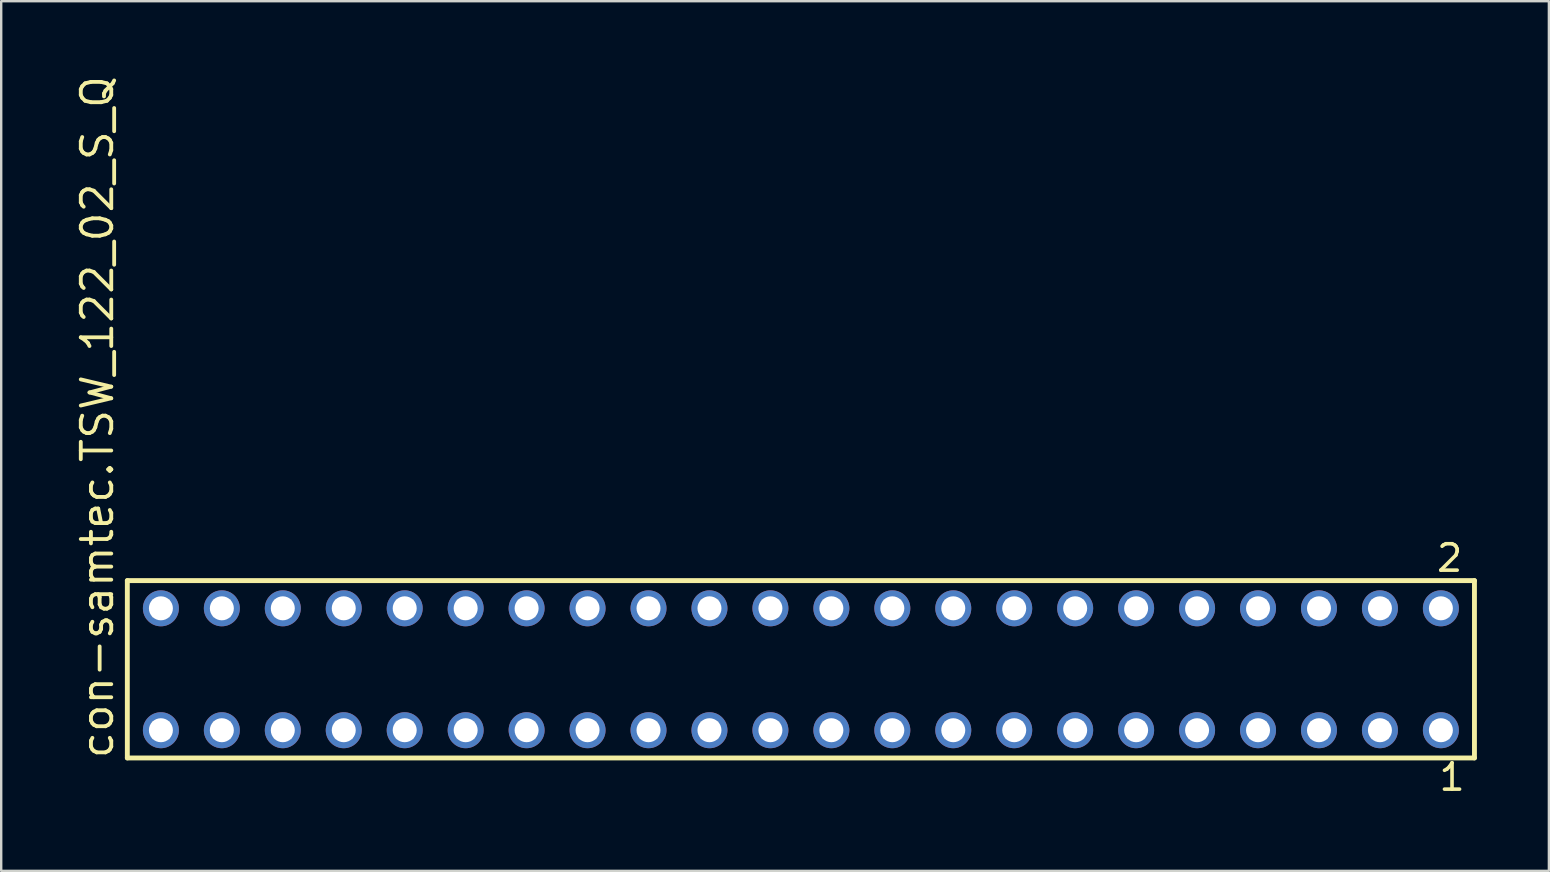
<source format=kicad_pcb>
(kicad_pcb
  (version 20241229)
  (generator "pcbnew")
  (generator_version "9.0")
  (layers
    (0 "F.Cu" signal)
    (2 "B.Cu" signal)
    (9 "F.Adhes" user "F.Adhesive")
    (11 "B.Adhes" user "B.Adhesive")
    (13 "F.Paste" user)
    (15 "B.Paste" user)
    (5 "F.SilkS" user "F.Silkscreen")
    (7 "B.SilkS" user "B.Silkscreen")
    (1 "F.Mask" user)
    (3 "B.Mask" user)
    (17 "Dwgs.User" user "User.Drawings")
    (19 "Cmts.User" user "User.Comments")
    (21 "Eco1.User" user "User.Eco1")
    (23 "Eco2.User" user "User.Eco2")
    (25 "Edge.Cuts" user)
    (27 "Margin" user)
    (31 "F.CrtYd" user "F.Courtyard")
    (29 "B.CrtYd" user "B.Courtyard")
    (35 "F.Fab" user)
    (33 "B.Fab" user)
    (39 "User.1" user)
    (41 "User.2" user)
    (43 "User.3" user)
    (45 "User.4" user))
  (footprint "con-samtec.TSW_122_02_S_Q"
    (layer "F.Cu")
    (at 30.325 24.84)
    (property "Reference" "con-samtec.TSW_122_02_S_Q" (at -28.575 3.81 90) (layer "F.SilkS") (effects (font (size 1.27 1.27) (thickness 0.16)) (justify left bottom)))
    (attr through_hole)
    (fp_line (start -28.069 -3.695) (end 28.069 -3.695) (stroke (width 0.203) (type default)) (layer "F.SilkS"))
    (fp_line (start -28.069 3.695) (end -28.069 -3.695) (stroke (width 0.203) (type default)) (layer "F.SilkS"))
    (fp_line (start 28.069 -3.695) (end 28.069 3.695) (stroke (width 0.203) (type default)) (layer "F.SilkS"))
    (fp_line (start 28.069 3.695) (end -28.069 3.695) (stroke (width 0.203) (type default)) (layer "F.SilkS"))
    (fp_rect (start -27.02 -2.19) (end -26.32 -2.89) (stroke (width 0.05) (type default)) (fill no) (layer "F.Fab"))
    (fp_rect (start -27.02 2.89) (end -26.32 2.19) (stroke (width 0.05) (type default)) (fill no) (layer "F.Fab"))
    (fp_rect (start -24.48 -2.19) (end -23.78 -2.89) (stroke (width 0.05) (type default)) (fill no) (layer "F.Fab"))
    (fp_rect (start -24.48 2.89) (end -23.78 2.19) (stroke (width 0.05) (type default)) (fill no) (layer "F.Fab"))
    (fp_rect (start -21.94 -2.19) (end -21.24 -2.89) (stroke (width 0.05) (type default)) (fill no) (layer "F.Fab"))
    (fp_rect (start -21.94 2.89) (end -21.24 2.19) (stroke (width 0.05) (type default)) (fill no) (layer "F.Fab"))
    (fp_rect (start -19.4 -2.19) (end -18.7 -2.89) (stroke (width 0.05) (type default)) (fill no) (layer "F.Fab"))
    (fp_rect (start -19.4 2.89) (end -18.7 2.19) (stroke (width 0.05) (type default)) (fill no) (layer "F.Fab"))
    (fp_rect (start -16.86 -2.19) (end -16.16 -2.89) (stroke (width 0.05) (type default)) (fill no) (layer "F.Fab"))
    (fp_rect (start -16.86 2.89) (end -16.16 2.19) (stroke (width 0.05) (type default)) (fill no) (layer "F.Fab"))
    (fp_rect (start -14.32 -2.19) (end -13.62 -2.89) (stroke (width 0.05) (type default)) (fill no) (layer "F.Fab"))
    (fp_rect (start -14.32 2.89) (end -13.62 2.19) (stroke (width 0.05) (type default)) (fill no) (layer "F.Fab"))
    (fp_rect (start -11.78 -2.19) (end -11.08 -2.89) (stroke (width 0.05) (type default)) (fill no) (layer "F.Fab"))
    (fp_rect (start -11.78 2.89) (end -11.08 2.19) (stroke (width 0.05) (type default)) (fill no) (layer "F.Fab"))
    (fp_rect (start -9.24 -2.19) (end -8.54 -2.89) (stroke (width 0.05) (type default)) (fill no) (layer "F.Fab"))
    (fp_rect (start -9.24 2.89) (end -8.54 2.19) (stroke (width 0.05) (type default)) (fill no) (layer "F.Fab"))
    (fp_rect (start -6.7 -2.19) (end -6 -2.89) (stroke (width 0.05) (type default)) (fill no) (layer "F.Fab"))
    (fp_rect (start -6.7 2.89) (end -6 2.19) (stroke (width 0.05) (type default)) (fill no) (layer "F.Fab"))
    (fp_rect (start -4.16 -2.19) (end -3.46 -2.89) (stroke (width 0.05) (type default)) (fill no) (layer "F.Fab"))
    (fp_rect (start -4.16 2.89) (end -3.46 2.19) (stroke (width 0.05) (type default)) (fill no) (layer "F.Fab"))
    (fp_rect (start -1.62 -2.19) (end -0.92 -2.89) (stroke (width 0.05) (type default)) (fill no) (layer "F.Fab"))
    (fp_rect (start -1.62 2.89) (end -0.92 2.19) (stroke (width 0.05) (type default)) (fill no) (layer "F.Fab"))
    (fp_rect (start 0.92 -2.19) (end 1.62 -2.89) (stroke (width 0.05) (type default)) (fill no) (layer "F.Fab"))
    (fp_rect (start 0.92 2.89) (end 1.62 2.19) (stroke (width 0.05) (type default)) (fill no) (layer "F.Fab"))
    (fp_rect (start 3.46 -2.19) (end 4.16 -2.89) (stroke (width 0.05) (type default)) (fill no) (layer "F.Fab"))
    (fp_rect (start 3.46 2.89) (end 4.16 2.19) (stroke (width 0.05) (type default)) (fill no) (layer "F.Fab"))
    (fp_rect (start 6 -2.19) (end 6.7 -2.89) (stroke (width 0.05) (type default)) (fill no) (layer "F.Fab"))
    (fp_rect (start 6 2.89) (end 6.7 2.19) (stroke (width 0.05) (type default)) (fill no) (layer "F.Fab"))
    (fp_rect (start 8.54 -2.19) (end 9.24 -2.89) (stroke (width 0.05) (type default)) (fill no) (layer "F.Fab"))
    (fp_rect (start 8.54 2.89) (end 9.24 2.19) (stroke (width 0.05) (type default)) (fill no) (layer "F.Fab"))
    (fp_rect (start 11.08 -2.19) (end 11.78 -2.89) (stroke (width 0.05) (type default)) (fill no) (layer "F.Fab"))
    (fp_rect (start 11.08 2.89) (end 11.78 2.19) (stroke (width 0.05) (type default)) (fill no) (layer "F.Fab"))
    (fp_rect (start 13.62 -2.19) (end 14.32 -2.89) (stroke (width 0.05) (type default)) (fill no) (layer "F.Fab"))
    (fp_rect (start 13.62 2.89) (end 14.32 2.19) (stroke (width 0.05) (type default)) (fill no) (layer "F.Fab"))
    (fp_rect (start 16.16 -2.19) (end 16.86 -2.89) (stroke (width 0.05) (type default)) (fill no) (layer "F.Fab"))
    (fp_rect (start 16.16 2.89) (end 16.86 2.19) (stroke (width 0.05) (type default)) (fill no) (layer "F.Fab"))
    (fp_rect (start 18.7 -2.19) (end 19.4 -2.89) (stroke (width 0.05) (type default)) (fill no) (layer "F.Fab"))
    (fp_rect (start 18.7 2.89) (end 19.4 2.19) (stroke (width 0.05) (type default)) (fill no) (layer "F.Fab"))
    (fp_rect (start 21.24 -2.19) (end 21.94 -2.89) (stroke (width 0.05) (type default)) (fill no) (layer "F.Fab"))
    (fp_rect (start 21.24 2.89) (end 21.94 2.19) (stroke (width 0.05) (type default)) (fill no) (layer "F.Fab"))
    (fp_rect (start 23.78 -2.19) (end 24.48 -2.89) (stroke (width 0.05) (type default)) (fill no) (layer "F.Fab"))
    (fp_rect (start 23.78 2.89) (end 24.48 2.19) (stroke (width 0.05) (type default)) (fill no) (layer "F.Fab"))
    (fp_rect (start 26.32 -2.19) (end 27.02 -2.89) (stroke (width 0.05) (type default)) (fill no) (layer "F.Fab"))
    (fp_rect (start 26.32 2.89) (end 27.02 2.19) (stroke (width 0.05) (type default)) (fill no) (layer "F.Fab"))
    (fp_text user "2" (at 26.412 -3.989 0) (layer "F.SilkS") (effects (font (size 1.1 1.1) (thickness 0.15)) (justify left bottom)))
    (fp_text user "1" (at 26.512 5.138 0) (layer "F.SilkS") (effects (font (size 1.1 1.1) (thickness 0.15)) (justify left bottom)))
    (pad "1" thru_hole circle (at 26.67 2.54 180) (size 1.5 1.5) (drill 1) (layers "*.Cu" "*.Mask"))
    (pad "2" thru_hole circle (at 26.67 -2.54 180) (size 1.5 1.5) (drill 1) (layers "*.Cu" "*.Mask"))
    (pad "3" thru_hole circle (at 24.13 2.54 180) (size 1.5 1.5) (drill 1) (layers "*.Cu" "*.Mask"))
    (pad "4" thru_hole circle (at 24.13 -2.54 180) (size 1.5 1.5) (drill 1) (layers "*.Cu" "*.Mask"))
    (pad "5" thru_hole circle (at 21.59 2.54 180) (size 1.5 1.5) (drill 1) (layers "*.Cu" "*.Mask"))
    (pad "6" thru_hole circle (at 21.59 -2.54 180) (size 1.5 1.5) (drill 1) (layers "*.Cu" "*.Mask"))
    (pad "7" thru_hole circle (at 19.05 2.54 180) (size 1.5 1.5) (drill 1) (layers "*.Cu" "*.Mask"))
    (pad "8" thru_hole circle (at 19.05 -2.54 180) (size 1.5 1.5) (drill 1) (layers "*.Cu" "*.Mask"))
    (pad "9" thru_hole circle (at 16.51 2.54 180) (size 1.5 1.5) (drill 1) (layers "*.Cu" "*.Mask"))
    (pad "10" thru_hole circle (at 16.51 -2.54 180) (size 1.5 1.5) (drill 1) (layers "*.Cu" "*.Mask"))
    (pad "11" thru_hole circle (at 13.97 2.54 180) (size 1.5 1.5) (drill 1) (layers "*.Cu" "*.Mask"))
    (pad "12" thru_hole circle (at 13.97 -2.54 180) (size 1.5 1.5) (drill 1) (layers "*.Cu" "*.Mask"))
    (pad "13" thru_hole circle (at 11.43 2.54 180) (size 1.5 1.5) (drill 1) (layers "*.Cu" "*.Mask"))
    (pad "14" thru_hole circle (at 11.43 -2.54 180) (size 1.5 1.5) (drill 1) (layers "*.Cu" "*.Mask"))
    (pad "15" thru_hole circle (at 8.89 2.54 180) (size 1.5 1.5) (drill 1) (layers "*.Cu" "*.Mask"))
    (pad "16" thru_hole circle (at 8.89 -2.54 180) (size 1.5 1.5) (drill 1) (layers "*.Cu" "*.Mask"))
    (pad "17" thru_hole circle (at 6.35 2.54 180) (size 1.5 1.5) (drill 1) (layers "*.Cu" "*.Mask"))
    (pad "18" thru_hole circle (at 6.35 -2.54 180) (size 1.5 1.5) (drill 1) (layers "*.Cu" "*.Mask"))
    (pad "19" thru_hole circle (at 3.81 2.54 180) (size 1.5 1.5) (drill 1) (layers "*.Cu" "*.Mask"))
    (pad "20" thru_hole circle (at 3.81 -2.54 180) (size 1.5 1.5) (drill 1) (layers "*.Cu" "*.Mask"))
    (pad "21" thru_hole circle (at 1.27 2.54 180) (size 1.5 1.5) (drill 1) (layers "*.Cu" "*.Mask"))
    (pad "22" thru_hole circle (at 1.27 -2.54 180) (size 1.5 1.5) (drill 1) (layers "*.Cu" "*.Mask"))
    (pad "23" thru_hole circle (at -1.27 2.54 180) (size 1.5 1.5) (drill 1) (layers "*.Cu" "*.Mask"))
    (pad "24" thru_hole circle (at -1.27 -2.54 180) (size 1.5 1.5) (drill 1) (layers "*.Cu" "*.Mask"))
    (pad "25" thru_hole circle (at -3.81 2.54 180) (size 1.5 1.5) (drill 1) (layers "*.Cu" "*.Mask"))
    (pad "26" thru_hole circle (at -3.81 -2.54 180) (size 1.5 1.5) (drill 1) (layers "*.Cu" "*.Mask"))
    (pad "27" thru_hole circle (at -6.35 2.54 180) (size 1.5 1.5) (drill 1) (layers "*.Cu" "*.Mask"))
    (pad "28" thru_hole circle (at -6.35 -2.54 180) (size 1.5 1.5) (drill 1) (layers "*.Cu" "*.Mask"))
    (pad "29" thru_hole circle (at -8.89 2.54 180) (size 1.5 1.5) (drill 1) (layers "*.Cu" "*.Mask"))
    (pad "30" thru_hole circle (at -8.89 -2.54 180) (size 1.5 1.5) (drill 1) (layers "*.Cu" "*.Mask"))
    (pad "31" thru_hole circle (at -11.43 2.54 180) (size 1.5 1.5) (drill 1) (layers "*.Cu" "*.Mask"))
    (pad "32" thru_hole circle (at -11.43 -2.54 180) (size 1.5 1.5) (drill 1) (layers "*.Cu" "*.Mask"))
    (pad "33" thru_hole circle (at -13.97 2.54 180) (size 1.5 1.5) (drill 1) (layers "*.Cu" "*.Mask"))
    (pad "34" thru_hole circle (at -13.97 -2.54 180) (size 1.5 1.5) (drill 1) (layers "*.Cu" "*.Mask"))
    (pad "35" thru_hole circle (at -16.51 2.54 180) (size 1.5 1.5) (drill 1) (layers "*.Cu" "*.Mask"))
    (pad "36" thru_hole circle (at -16.51 -2.54 180) (size 1.5 1.5) (drill 1) (layers "*.Cu" "*.Mask"))
    (pad "37" thru_hole circle (at -19.05 2.54 180) (size 1.5 1.5) (drill 1) (layers "*.Cu" "*.Mask"))
    (pad "38" thru_hole circle (at -19.05 -2.54 180) (size 1.5 1.5) (drill 1) (layers "*.Cu" "*.Mask"))
    (pad "39" thru_hole circle (at -21.59 2.54 180) (size 1.5 1.5) (drill 1) (layers "*.Cu" "*.Mask"))
    (pad "40" thru_hole circle (at -21.59 -2.54 180) (size 1.5 1.5) (drill 1) (layers "*.Cu" "*.Mask"))
    (pad "41" thru_hole circle (at -24.13 2.54 180) (size 1.5 1.5) (drill 1) (layers "*.Cu" "*.Mask"))
    (pad "42" thru_hole circle (at -24.13 -2.54 180) (size 1.5 1.5) (drill 1) (layers "*.Cu" "*.Mask"))
    (pad "43" thru_hole circle (at -26.67 2.54 180) (size 1.5 1.5) (drill 1) (layers "*.Cu" "*.Mask"))
    (pad "44" thru_hole circle (at -26.67 -2.54 180) (size 1.5 1.5) (drill 1) (layers "*.Cu" "*.Mask")))
  (gr_rect
    (start -3 -3)
    (end 61.496 33.241)
    (stroke (width 0.1) (type default))
    (fill no)
    (layer "Edge.Cuts")))
</source>
